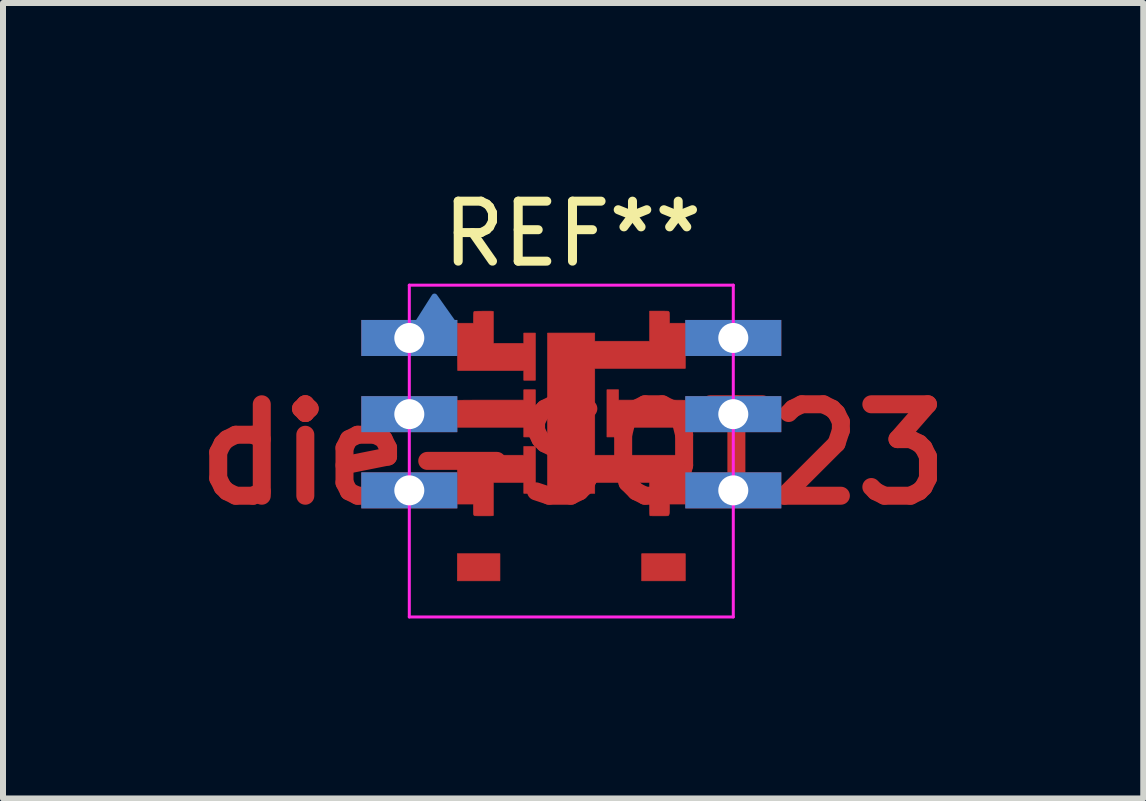
<source format=kicad_pcb>
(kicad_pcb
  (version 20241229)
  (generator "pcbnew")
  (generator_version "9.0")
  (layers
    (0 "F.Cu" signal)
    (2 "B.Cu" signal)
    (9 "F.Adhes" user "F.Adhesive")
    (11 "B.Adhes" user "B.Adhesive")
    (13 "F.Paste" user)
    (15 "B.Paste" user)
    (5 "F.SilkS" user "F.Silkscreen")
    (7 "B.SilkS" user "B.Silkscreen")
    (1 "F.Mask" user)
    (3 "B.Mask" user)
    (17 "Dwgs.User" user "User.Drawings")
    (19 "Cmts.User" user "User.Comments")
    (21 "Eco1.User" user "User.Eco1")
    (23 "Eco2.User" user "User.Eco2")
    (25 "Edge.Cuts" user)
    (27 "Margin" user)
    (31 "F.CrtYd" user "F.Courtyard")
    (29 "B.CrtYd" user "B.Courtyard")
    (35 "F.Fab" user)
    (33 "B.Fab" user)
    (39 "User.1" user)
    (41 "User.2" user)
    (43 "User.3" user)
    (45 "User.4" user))
  (footprint "die-SOT23"
    (layer "F.Cu")
    (at 6.502 4.523)
    (property "Reference" "die-SOT23" (at 0 0 0) (layer "F.Cu") (effects (font (size 1.524 1.524) (thickness 0.3))))
    (attr through_hole)
    (fp_poly (pts (xy -1.219 2.108) (xy -1.93 2.108) (xy -1.93 1.656) (xy -1.219 1.656) (xy -1.219 2.108)) (stroke (width 0.01) (type solid)) (fill yes) (layer "F.Cu"))
    (fp_poly (pts (xy 1.87 2.108) (xy 1.143 2.108) (xy 1.143 1.656) (xy 1.87 1.656) (xy 1.87 2.108)) (stroke (width 0.01) (type solid)) (fill yes) (layer "F.Cu"))
    (fp_poly (pts (xy -0.629 -0.29) (xy -0.822 -0.29) (xy -0.822 -0.452) (xy -1.93 -0.452) (xy -1.93 -0.898) (xy -1.906 -0.901) (xy -1.898 -0.902) (xy -1.88 -0.902) (xy -1.854 -0.902) (xy -1.819 -0.903) (xy -1.778 -0.903) (xy -1.729 -0.903) (xy -1.675 -0.904) (xy -1.615 -0.904) (xy -1.551 -0.904) (xy -1.483 -0.904) (xy -1.412 -0.904) (xy -1.353 -0.904) (xy -0.822 -0.904) (xy -0.822 -1.077) (xy -0.629 -1.077) (xy -0.629 -0.29)) (stroke (width 0.01) (type solid)) (fill yes) (layer "F.Cu"))
    (fp_poly (pts (xy 0.757 -0.904) (xy 1.306 -0.904) (xy 1.38 -0.904) (xy 1.451 -0.904) (xy 1.518 -0.904) (xy 1.582 -0.904) (xy 1.641 -0.904) (xy 1.694 -0.904) (xy 1.741 -0.903) (xy 1.781 -0.903) (xy 1.814 -0.903) (xy 1.839 -0.902) (xy 1.855 -0.902) (xy 1.862 -0.901) (xy 1.862 -0.901) (xy 1.864 -0.9) (xy 1.865 -0.896) (xy 1.867 -0.889) (xy 1.868 -0.878) (xy 1.869 -0.863) (xy 1.869 -0.842) (xy 1.87 -0.814) (xy 1.87 -0.779) (xy 1.87 -0.736) (xy 1.87 -0.683) (xy 1.87 -0.675) (xy 1.87 -0.452) (xy 0.757 -0.452) (xy 0.757 -0.29) (xy 0.564 -0.29) (xy 0.564 -1.077) (xy 0.757 -1.077) (xy 0.757 -0.904)) (stroke (width 0.01) (type solid)) (fill yes) (layer "F.Cu"))
    (fp_poly (pts (xy -1.4 -2.387) (xy -1.375 -2.387) (xy -1.357 -2.386) (xy -1.347 -2.385) (xy -1.347 -2.385) (xy -1.33 -2.382) (xy -1.33 -2.116) (xy -1.33 -1.849) (xy -0.822 -1.849) (xy -0.822 -2.022) (xy -0.629 -2.022) (xy -0.629 -1.235) (xy -0.822 -1.235) (xy -0.822 -1.397) (xy -1.923 -1.397) (xy -1.927 -1.649) (xy -1.927 -1.705) (xy -1.928 -1.764) (xy -1.929 -1.822) (xy -1.929 -1.879) (xy -1.929 -1.932) (xy -1.93 -1.98) (xy -1.93 -2.021) (xy -1.93 -2.043) (xy -1.93 -2.185) (xy -1.661 -2.185) (xy -1.66 -2.278) (xy -1.659 -2.315) (xy -1.658 -2.342) (xy -1.656 -2.362) (xy -1.654 -2.373) (xy -1.652 -2.379) (xy -1.647 -2.381) (xy -1.637 -2.382) (xy -1.621 -2.384) (xy -1.598 -2.385) (xy -1.567 -2.386) (xy -1.527 -2.386) (xy -1.504 -2.387) (xy -1.467 -2.387) (xy -1.431 -2.387) (xy -1.4 -2.387)) (stroke (width 0.01) (type solid)) (fill yes) (layer "F.Cu"))
    (fp_poly (pts (xy -0.629 0.65) (xy -0.822 0.65) (xy -0.822 0.467) (xy -1.33 0.467) (xy -1.33 1.02) (xy -1.342 1.023) (xy -1.35 1.024) (xy -1.367 1.024) (xy -1.39 1.025) (xy -1.418 1.025) (xy -1.45 1.025) (xy -1.484 1.025) (xy -1.519 1.025) (xy -1.552 1.025) (xy -1.582 1.025) (xy -1.607 1.024) (xy -1.627 1.024) (xy -1.638 1.023) (xy -1.64 1.022) (xy -1.647 1.019) (xy -1.653 1.014) (xy -1.656 1.005) (xy -1.659 0.992) (xy -1.66 0.972) (xy -1.661 0.945) (xy -1.661 0.916) (xy -1.661 0.828) (xy -1.93 0.828) (xy -1.93 0.692) (xy -1.93 0.659) (xy -1.93 0.618) (xy -1.929 0.57) (xy -1.929 0.516) (xy -1.928 0.46) (xy -1.928 0.401) (xy -1.927 0.342) (xy -1.927 0.286) (xy -1.923 0.015) (xy -0.822 0.015) (xy -0.822 -0.132) (xy -0.629 -0.132) (xy -0.629 0.65)) (stroke (width 0.01) (type solid)) (fill yes) (layer "F.Cu"))
    (fp_poly (pts (xy 1.477 -2.388) (xy 1.512 -2.388) (xy 1.539 -2.387) (xy 1.559 -2.387) (xy 1.574 -2.386) (xy 1.583 -2.385) (xy 1.59 -2.383) (xy 1.594 -2.381) (xy 1.596 -2.378) (xy 1.598 -2.376) (xy 1.601 -2.37) (xy 1.603 -2.361) (xy 1.604 -2.347) (xy 1.605 -2.327) (xy 1.606 -2.299) (xy 1.606 -2.275) (xy 1.606 -2.185) (xy 1.87 -2.185) (xy 1.87 -1.433) (xy 0.361 -1.433) (xy 0.361 0.015) (xy 1.863 0.015) (xy 1.867 0.286) (xy 1.867 0.343) (xy 1.868 0.401) (xy 1.868 0.46) (xy 1.869 0.517) (xy 1.869 0.57) (xy 1.87 0.618) (xy 1.87 0.659) (xy 1.87 0.692) (xy 1.87 0.828) (xy 1.606 0.828) (xy 1.606 0.909) (xy 1.605 0.946) (xy 1.604 0.974) (xy 1.601 0.994) (xy 1.597 1.008) (xy 1.591 1.016) (xy 1.583 1.021) (xy 1.579 1.023) (xy 1.571 1.024) (xy 1.555 1.024) (xy 1.532 1.025) (xy 1.503 1.025) (xy 1.471 1.025) (xy 1.438 1.025) (xy 1.404 1.025) (xy 1.371 1.025) (xy 1.341 1.025) (xy 1.315 1.024) (xy 1.296 1.024) (xy 1.284 1.023) (xy 1.282 1.023) (xy 1.28 1.02) (xy 1.279 1.013) (xy 1.278 1.001) (xy 1.277 0.983) (xy 1.277 0.958) (xy 1.276 0.926) (xy 1.276 0.887) (xy 1.276 0.839) (xy 1.276 0.782) (xy 1.276 0.744) (xy 1.276 0.467) (xy 0.361 0.467) (xy 0.361 0.65) (xy -0.426 0.65) (xy -0.426 -2.022) (xy 0.361 -2.022) (xy 0.361 -1.885) (xy 1.276 -1.885) (xy 1.276 -2.388) (xy 1.433 -2.388) (xy 1.477 -2.388)) (stroke (width 0.01) (type solid)) (fill yes) (layer "F.Cu"))
    (fp_poly (pts (xy -2.57 -2.22) (xy -2.31 -2.63) (xy -2.02 -2.22)) (stroke (width 0.1) (type solid)) (fill yes) (layer "B.Cu"))
    (fp_line (start -2.73 -2.82) (end 2.67 -2.82) (stroke (width 0.05) (type solid)) (layer "F.CrtYd"))
    (fp_line (start -2.73 2.71) (end -2.73 -2.82) (stroke (width 0.05) (type solid)) (layer "F.CrtYd"))
    (fp_line (start -2.73 2.71) (end 2.67 2.71) (stroke (width 0.05) (type solid)) (layer "F.CrtYd"))
    (fp_line (start 2.67 2.71) (end 2.67 -2.82) (stroke (width 0.05) (type solid)) (layer "F.CrtYd"))
    (fp_text user "REF**" (at -0.01 -3.675 0) (layer "F.SilkS") (effects (font (size 1 1) (thickness 0.15))))
    (pad "1" thru_hole rect (at -2.73 -1.94) (size 1.6 0.6) (drill 0.5) (layers "*.Cu" "*.Mask"))
    (pad "2" thru_hole rect (at -2.73 -0.67) (size 1.6 0.6) (drill 0.5) (layers "*.Cu" "*.Mask"))
    (pad "3" thru_hole rect (at -2.73 0.6) (size 1.6 0.6) (drill 0.5) (layers "*.Cu" "*.Mask"))
    (pad "4" thru_hole rect (at 2.67 0.6) (size 1.6 0.6) (drill 0.5) (layers "*.Cu" "*.Mask"))
    (pad "5" thru_hole rect (at 2.67 -0.67) (size 1.6 0.6) (drill 0.5) (layers "*.Cu" "*.Mask"))
    (pad "6" thru_hole rect (at 2.67 -1.94) (size 1.6 0.6) (drill 0.5) (layers "*.Cu" "*.Mask")))
  (gr_rect
    (start -3 -3)
    (end 16.005 10.258)
    (stroke (width 0.1) (type default))
    (fill no)
    (layer "Edge.Cuts")))
</source>
